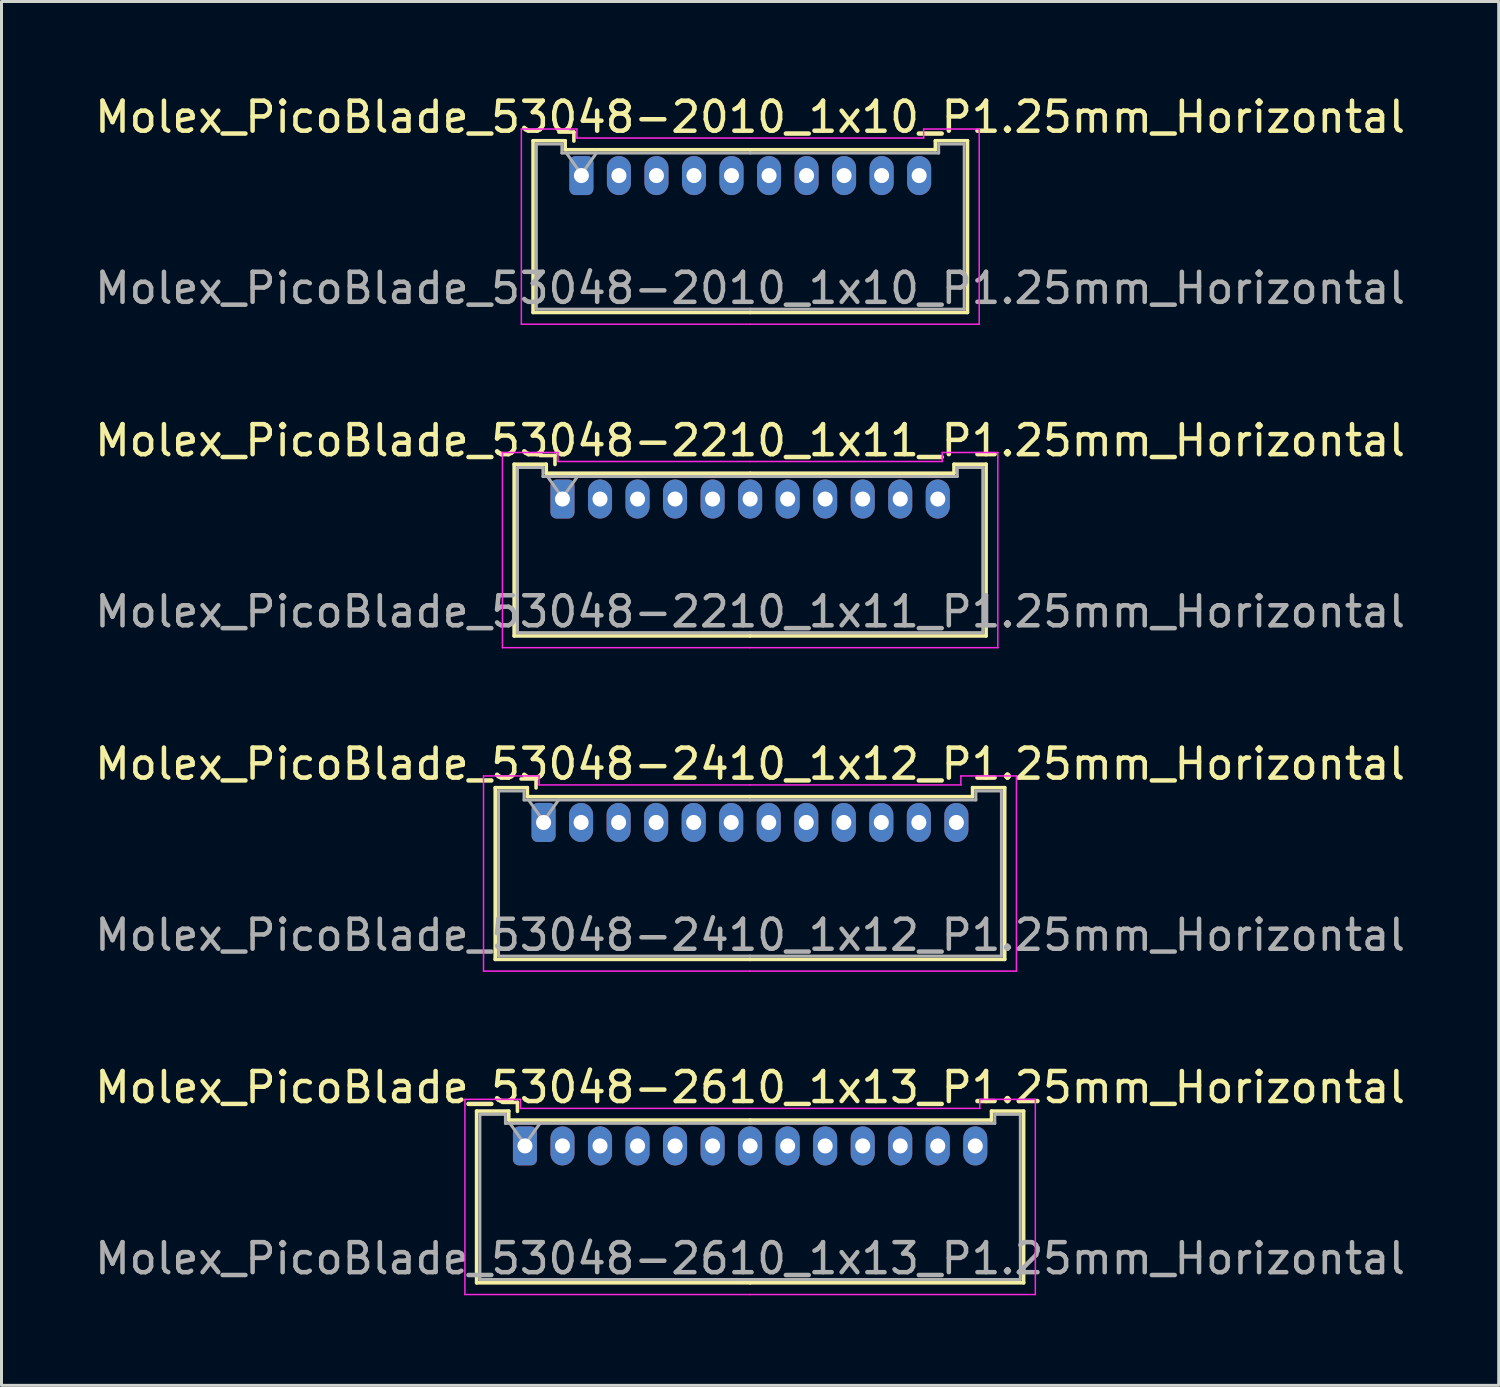
<source format=kicad_pcb>
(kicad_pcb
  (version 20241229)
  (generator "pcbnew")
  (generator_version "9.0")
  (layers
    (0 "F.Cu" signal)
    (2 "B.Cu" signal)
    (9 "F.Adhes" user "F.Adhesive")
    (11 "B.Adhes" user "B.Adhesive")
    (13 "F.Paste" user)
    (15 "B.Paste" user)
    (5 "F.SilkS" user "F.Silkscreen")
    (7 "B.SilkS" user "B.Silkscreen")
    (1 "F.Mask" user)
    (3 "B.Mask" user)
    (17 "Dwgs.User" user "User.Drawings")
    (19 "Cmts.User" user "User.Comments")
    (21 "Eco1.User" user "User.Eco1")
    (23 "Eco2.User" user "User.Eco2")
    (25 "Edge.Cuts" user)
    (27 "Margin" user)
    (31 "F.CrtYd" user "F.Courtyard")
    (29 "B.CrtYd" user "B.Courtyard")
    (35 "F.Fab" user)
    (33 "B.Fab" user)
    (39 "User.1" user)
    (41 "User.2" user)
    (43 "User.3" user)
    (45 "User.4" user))
  (footprint "Molex_PicoBlade_53048-2410_1x12_P1.25mm_Horizontal"
    (layer "F.Cu")
    (at 15.055 24.345)
    (property "Reference" "Molex_PicoBlade_53048-2410_1x12_P1.25mm_Horizontal" (at 6.88 -1.95 0) (layer "F.SilkS") (effects (font (size 1 1) (thickness 0.15))))
    (attr through_hole)
    (fp_line (start -1.61 -1.16) (end -1.61 4.56) (stroke (width 0.12) (type solid)) (layer "F.SilkS"))
    (fp_line (start -1.61 4.56) (end 6.875 4.56) (stroke (width 0.12) (type solid)) (layer "F.SilkS"))
    (fp_line (start -0.54 -1.16) (end -1.61 -1.16) (stroke (width 0.12) (type solid)) (layer "F.SilkS"))
    (fp_line (start -0.54 -0.86) (end -0.54 -1.16) (stroke (width 0.12) (type solid)) (layer "F.SilkS"))
    (fp_line (start -0.25 -1.45) (end -0.75 -1.45) (stroke (width 0.12) (type solid)) (layer "F.SilkS"))
    (fp_line (start -0.25 -1.15) (end -0.25 -1.45) (stroke (width 0.12) (type solid)) (layer "F.SilkS"))
    (fp_line (start 6.875 -0.86) (end -0.54 -0.86) (stroke (width 0.12) (type solid)) (layer "F.SilkS"))
    (fp_line (start 6.875 -0.86) (end 14.29 -0.86) (stroke (width 0.12) (type solid)) (layer "F.SilkS"))
    (fp_line (start 14.29 -1.16) (end 15.36 -1.16) (stroke (width 0.12) (type solid)) (layer "F.SilkS"))
    (fp_line (start 14.29 -0.86) (end 14.29 -1.16) (stroke (width 0.12) (type solid)) (layer "F.SilkS"))
    (fp_line (start 15.36 -1.16) (end 15.36 4.56) (stroke (width 0.12) (type solid)) (layer "F.SilkS"))
    (fp_line (start 15.36 4.56) (end 6.875 4.56) (stroke (width 0.12) (type solid)) (layer "F.SilkS"))
    (fp_line (start -2 -1.55) (end -2 4.95) (stroke (width 0.05) (type solid)) (layer "F.CrtYd"))
    (fp_line (start -2 4.95) (end 6.88 4.95) (stroke (width 0.05) (type solid)) (layer "F.CrtYd"))
    (fp_line (start -0.15 -1.55) (end -2 -1.55) (stroke (width 0.05) (type solid)) (layer "F.CrtYd"))
    (fp_line (start -0.15 -1.25) (end -0.15 -1.55) (stroke (width 0.05) (type solid)) (layer "F.CrtYd"))
    (fp_line (start 6.87 -1.25) (end 13.9 -1.25) (stroke (width 0.05) (type solid)) (layer "F.CrtYd"))
    (fp_line (start 6.88 -1.25) (end -0.15 -1.25) (stroke (width 0.05) (type solid)) (layer "F.CrtYd"))
    (fp_line (start 13.9 -1.55) (end 15.75 -1.55) (stroke (width 0.05) (type solid)) (layer "F.CrtYd"))
    (fp_line (start 13.9 -1.25) (end 13.9 -1.55) (stroke (width 0.05) (type solid)) (layer "F.CrtYd"))
    (fp_line (start 15.75 -1.55) (end 15.75 4.95) (stroke (width 0.05) (type solid)) (layer "F.CrtYd"))
    (fp_line (start 15.75 4.95) (end 6.87 4.95) (stroke (width 0.05) (type solid)) (layer "F.CrtYd"))
    (fp_line (start -1.5 -1.05) (end -1.5 4.45) (stroke (width 0.1) (type solid)) (layer "F.Fab"))
    (fp_line (start -1.5 4.45) (end 6.875 4.45) (stroke (width 0.1) (type solid)) (layer "F.Fab"))
    (fp_line (start -0.65 -1.05) (end -1.5 -1.05) (stroke (width 0.1) (type solid)) (layer "F.Fab"))
    (fp_line (start -0.65 -0.75) (end -0.65 -1.05) (stroke (width 0.1) (type solid)) (layer "F.Fab"))
    (fp_line (start -0.5 -0.75) (end 0 -0.043) (stroke (width 0.1) (type solid)) (layer "F.Fab"))
    (fp_line (start 0 -0.043) (end 0.5 -0.75) (stroke (width 0.1) (type solid)) (layer "F.Fab"))
    (fp_line (start 6.875 -0.75) (end -0.65 -0.75) (stroke (width 0.1) (type solid)) (layer "F.Fab"))
    (fp_line (start 6.875 -0.75) (end 14.4 -0.75) (stroke (width 0.1) (type solid)) (layer "F.Fab"))
    (fp_line (start 14.4 -1.05) (end 15.25 -1.05) (stroke (width 0.1) (type solid)) (layer "F.Fab"))
    (fp_line (start 14.4 -0.75) (end 14.4 -1.05) (stroke (width 0.1) (type solid)) (layer "F.Fab"))
    (fp_line (start 15.25 -1.05) (end 15.25 4.45) (stroke (width 0.1) (type solid)) (layer "F.Fab"))
    (fp_line (start 15.25 4.45) (end 6.875 4.45) (stroke (width 0.1) (type solid)) (layer "F.Fab"))
    (fp_text user "${REFERENCE}" (at 6.88 3.75 0) (layer "F.Fab") (effects (font (size 1 1) (thickness 0.15))))
    (pad "1" thru_hole roundrect (at 0 0) (size 0.8 1.3) (drill 0.5) (layers "*.Cu" "*.Mask") (roundrect_rratio 0.25))
    (pad "2" thru_hole oval (at 1.25 0) (size 0.8 1.3) (drill 0.5) (layers "*.Cu" "*.Mask"))
    (pad "3" thru_hole oval (at 2.5 0) (size 0.8 1.3) (drill 0.5) (layers "*.Cu" "*.Mask"))
    (pad "4" thru_hole oval (at 3.75 0) (size 0.8 1.3) (drill 0.5) (layers "*.Cu" "*.Mask"))
    (pad "5" thru_hole oval (at 5 0) (size 0.8 1.3) (drill 0.5) (layers "*.Cu" "*.Mask"))
    (pad "6" thru_hole oval (at 6.25 0) (size 0.8 1.3) (drill 0.5) (layers "*.Cu" "*.Mask"))
    (pad "7" thru_hole oval (at 7.5 0) (size 0.8 1.3) (drill 0.5) (layers "*.Cu" "*.Mask"))
    (pad "8" thru_hole oval (at 8.75 0) (size 0.8 1.3) (drill 0.5) (layers "*.Cu" "*.Mask"))
    (pad "9" thru_hole oval (at 10 0) (size 0.8 1.3) (drill 0.5) (layers "*.Cu" "*.Mask"))
    (pad "10" thru_hole oval (at 11.25 0) (size 0.8 1.3) (drill 0.5) (layers "*.Cu" "*.Mask"))
    (pad "11" thru_hole oval (at 12.5 0) (size 0.8 1.3) (drill 0.5) (layers "*.Cu" "*.Mask"))
    (pad "12" thru_hole oval (at 13.75 0) (size 0.8 1.3) (drill 0.5) (layers "*.Cu" "*.Mask")))
  (footprint "Molex_PicoBlade_53048-2010_1x10_P1.25mm_Horizontal"
    (layer "F.Cu")
    (at 16.315 2.798)
    (property "Reference" "Molex_PicoBlade_53048-2010_1x10_P1.25mm_Horizontal" (at 5.62 -1.95 0) (layer "F.SilkS") (effects (font (size 1 1) (thickness 0.15))))
    (attr through_hole)
    (fp_line (start -1.61 -1.16) (end -1.61 4.56) (stroke (width 0.12) (type solid)) (layer "F.SilkS"))
    (fp_line (start -1.61 4.56) (end 5.625 4.56) (stroke (width 0.12) (type solid)) (layer "F.SilkS"))
    (fp_line (start -0.54 -1.16) (end -1.61 -1.16) (stroke (width 0.12) (type solid)) (layer "F.SilkS"))
    (fp_line (start -0.54 -0.86) (end -0.54 -1.16) (stroke (width 0.12) (type solid)) (layer "F.SilkS"))
    (fp_line (start -0.25 -1.45) (end -0.75 -1.45) (stroke (width 0.12) (type solid)) (layer "F.SilkS"))
    (fp_line (start -0.25 -1.15) (end -0.25 -1.45) (stroke (width 0.12) (type solid)) (layer "F.SilkS"))
    (fp_line (start 5.625 -0.86) (end -0.54 -0.86) (stroke (width 0.12) (type solid)) (layer "F.SilkS"))
    (fp_line (start 5.625 -0.86) (end 11.79 -0.86) (stroke (width 0.12) (type solid)) (layer "F.SilkS"))
    (fp_line (start 11.79 -1.16) (end 12.86 -1.16) (stroke (width 0.12) (type solid)) (layer "F.SilkS"))
    (fp_line (start 11.79 -0.86) (end 11.79 -1.16) (stroke (width 0.12) (type solid)) (layer "F.SilkS"))
    (fp_line (start 12.86 -1.16) (end 12.86 4.56) (stroke (width 0.12) (type solid)) (layer "F.SilkS"))
    (fp_line (start 12.86 4.56) (end 5.625 4.56) (stroke (width 0.12) (type solid)) (layer "F.SilkS"))
    (fp_line (start -2 -1.55) (end -2 4.95) (stroke (width 0.05) (type solid)) (layer "F.CrtYd"))
    (fp_line (start -2 4.95) (end 5.62 4.95) (stroke (width 0.05) (type solid)) (layer "F.CrtYd"))
    (fp_line (start -0.15 -1.55) (end -2 -1.55) (stroke (width 0.05) (type solid)) (layer "F.CrtYd"))
    (fp_line (start -0.15 -1.25) (end -0.15 -1.55) (stroke (width 0.05) (type solid)) (layer "F.CrtYd"))
    (fp_line (start 5.62 -1.25) (end -0.15 -1.25) (stroke (width 0.05) (type solid)) (layer "F.CrtYd"))
    (fp_line (start 5.63 -1.25) (end 11.4 -1.25) (stroke (width 0.05) (type solid)) (layer "F.CrtYd"))
    (fp_line (start 11.4 -1.55) (end 13.25 -1.55) (stroke (width 0.05) (type solid)) (layer "F.CrtYd"))
    (fp_line (start 11.4 -1.25) (end 11.4 -1.55) (stroke (width 0.05) (type solid)) (layer "F.CrtYd"))
    (fp_line (start 13.25 -1.55) (end 13.25 4.95) (stroke (width 0.05) (type solid)) (layer "F.CrtYd"))
    (fp_line (start 13.25 4.95) (end 5.63 4.95) (stroke (width 0.05) (type solid)) (layer "F.CrtYd"))
    (fp_line (start -1.5 -1.05) (end -1.5 4.45) (stroke (width 0.1) (type solid)) (layer "F.Fab"))
    (fp_line (start -1.5 4.45) (end 5.625 4.45) (stroke (width 0.1) (type solid)) (layer "F.Fab"))
    (fp_line (start -0.65 -1.05) (end -1.5 -1.05) (stroke (width 0.1) (type solid)) (layer "F.Fab"))
    (fp_line (start -0.65 -0.75) (end -0.65 -1.05) (stroke (width 0.1) (type solid)) (layer "F.Fab"))
    (fp_line (start -0.5 -0.75) (end 0 -0.043) (stroke (width 0.1) (type solid)) (layer "F.Fab"))
    (fp_line (start 0 -0.043) (end 0.5 -0.75) (stroke (width 0.1) (type solid)) (layer "F.Fab"))
    (fp_line (start 5.625 -0.75) (end -0.65 -0.75) (stroke (width 0.1) (type solid)) (layer "F.Fab"))
    (fp_line (start 5.625 -0.75) (end 11.9 -0.75) (stroke (width 0.1) (type solid)) (layer "F.Fab"))
    (fp_line (start 11.9 -1.05) (end 12.75 -1.05) (stroke (width 0.1) (type solid)) (layer "F.Fab"))
    (fp_line (start 11.9 -0.75) (end 11.9 -1.05) (stroke (width 0.1) (type solid)) (layer "F.Fab"))
    (fp_line (start 12.75 -1.05) (end 12.75 4.45) (stroke (width 0.1) (type solid)) (layer "F.Fab"))
    (fp_line (start 12.75 4.45) (end 5.625 4.45) (stroke (width 0.1) (type solid)) (layer "F.Fab"))
    (fp_text user "${REFERENCE}" (at 5.62 3.75 0) (layer "F.Fab") (effects (font (size 1 1) (thickness 0.15))))
    (pad "1" thru_hole roundrect (at 0 0) (size 0.8 1.3) (drill 0.5) (layers "*.Cu" "*.Mask") (roundrect_rratio 0.25))
    (pad "2" thru_hole oval (at 1.25 0) (size 0.8 1.3) (drill 0.5) (layers "*.Cu" "*.Mask"))
    (pad "3" thru_hole oval (at 2.5 0) (size 0.8 1.3) (drill 0.5) (layers "*.Cu" "*.Mask"))
    (pad "4" thru_hole oval (at 3.75 0) (size 0.8 1.3) (drill 0.5) (layers "*.Cu" "*.Mask"))
    (pad "5" thru_hole oval (at 5 0) (size 0.8 1.3) (drill 0.5) (layers "*.Cu" "*.Mask"))
    (pad "6" thru_hole oval (at 6.25 0) (size 0.8 1.3) (drill 0.5) (layers "*.Cu" "*.Mask"))
    (pad "7" thru_hole oval (at 7.5 0) (size 0.8 1.3) (drill 0.5) (layers "*.Cu" "*.Mask"))
    (pad "8" thru_hole oval (at 8.75 0) (size 0.8 1.3) (drill 0.5) (layers "*.Cu" "*.Mask"))
    (pad "9" thru_hole oval (at 10 0) (size 0.8 1.3) (drill 0.5) (layers "*.Cu" "*.Mask"))
    (pad "10" thru_hole oval (at 11.25 0) (size 0.8 1.3) (drill 0.5) (layers "*.Cu" "*.Mask")))
  (footprint "Molex_PicoBlade_53048-2210_1x11_P1.25mm_Horizontal"
    (layer "F.Cu")
    (at 15.685 13.572)
    (property "Reference" "Molex_PicoBlade_53048-2210_1x11_P1.25mm_Horizontal" (at 6.25 -1.95 0) (layer "F.SilkS") (effects (font (size 1 1) (thickness 0.15))))
    (attr through_hole)
    (fp_line (start -1.61 -1.16) (end -1.61 4.56) (stroke (width 0.12) (type solid)) (layer "F.SilkS"))
    (fp_line (start -1.61 4.56) (end 6.25 4.56) (stroke (width 0.12) (type solid)) (layer "F.SilkS"))
    (fp_line (start -0.54 -1.16) (end -1.61 -1.16) (stroke (width 0.12) (type solid)) (layer "F.SilkS"))
    (fp_line (start -0.54 -0.86) (end -0.54 -1.16) (stroke (width 0.12) (type solid)) (layer "F.SilkS"))
    (fp_line (start -0.25 -1.45) (end -0.75 -1.45) (stroke (width 0.12) (type solid)) (layer "F.SilkS"))
    (fp_line (start -0.25 -1.15) (end -0.25 -1.45) (stroke (width 0.12) (type solid)) (layer "F.SilkS"))
    (fp_line (start 6.25 -0.86) (end -0.54 -0.86) (stroke (width 0.12) (type solid)) (layer "F.SilkS"))
    (fp_line (start 6.25 -0.86) (end 13.04 -0.86) (stroke (width 0.12) (type solid)) (layer "F.SilkS"))
    (fp_line (start 13.04 -1.16) (end 14.11 -1.16) (stroke (width 0.12) (type solid)) (layer "F.SilkS"))
    (fp_line (start 13.04 -0.86) (end 13.04 -1.16) (stroke (width 0.12) (type solid)) (layer "F.SilkS"))
    (fp_line (start 14.11 -1.16) (end 14.11 4.56) (stroke (width 0.12) (type solid)) (layer "F.SilkS"))
    (fp_line (start 14.11 4.56) (end 6.25 4.56) (stroke (width 0.12) (type solid)) (layer "F.SilkS"))
    (fp_line (start -2 -1.55) (end -2 4.95) (stroke (width 0.05) (type solid)) (layer "F.CrtYd"))
    (fp_line (start -2 4.95) (end 6.25 4.95) (stroke (width 0.05) (type solid)) (layer "F.CrtYd"))
    (fp_line (start -0.15 -1.55) (end -2 -1.55) (stroke (width 0.05) (type solid)) (layer "F.CrtYd"))
    (fp_line (start -0.15 -1.25) (end -0.15 -1.55) (stroke (width 0.05) (type solid)) (layer "F.CrtYd"))
    (fp_line (start 6.25 -1.25) (end -0.15 -1.25) (stroke (width 0.05) (type solid)) (layer "F.CrtYd"))
    (fp_line (start 6.25 -1.25) (end 12.65 -1.25) (stroke (width 0.05) (type solid)) (layer "F.CrtYd"))
    (fp_line (start 12.65 -1.55) (end 14.5 -1.55) (stroke (width 0.05) (type solid)) (layer "F.CrtYd"))
    (fp_line (start 12.65 -1.25) (end 12.65 -1.55) (stroke (width 0.05) (type solid)) (layer "F.CrtYd"))
    (fp_line (start 14.5 -1.55) (end 14.5 4.95) (stroke (width 0.05) (type solid)) (layer "F.CrtYd"))
    (fp_line (start 14.5 4.95) (end 6.25 4.95) (stroke (width 0.05) (type solid)) (layer "F.CrtYd"))
    (fp_line (start -1.5 -1.05) (end -1.5 4.45) (stroke (width 0.1) (type solid)) (layer "F.Fab"))
    (fp_line (start -1.5 4.45) (end 6.25 4.45) (stroke (width 0.1) (type solid)) (layer "F.Fab"))
    (fp_line (start -0.65 -1.05) (end -1.5 -1.05) (stroke (width 0.1) (type solid)) (layer "F.Fab"))
    (fp_line (start -0.65 -0.75) (end -0.65 -1.05) (stroke (width 0.1) (type solid)) (layer "F.Fab"))
    (fp_line (start -0.5 -0.75) (end 0 -0.043) (stroke (width 0.1) (type solid)) (layer "F.Fab"))
    (fp_line (start 0 -0.043) (end 0.5 -0.75) (stroke (width 0.1) (type solid)) (layer "F.Fab"))
    (fp_line (start 6.25 -0.75) (end -0.65 -0.75) (stroke (width 0.1) (type solid)) (layer "F.Fab"))
    (fp_line (start 6.25 -0.75) (end 13.15 -0.75) (stroke (width 0.1) (type solid)) (layer "F.Fab"))
    (fp_line (start 13.15 -1.05) (end 14 -1.05) (stroke (width 0.1) (type solid)) (layer "F.Fab"))
    (fp_line (start 13.15 -0.75) (end 13.15 -1.05) (stroke (width 0.1) (type solid)) (layer "F.Fab"))
    (fp_line (start 14 -1.05) (end 14 4.45) (stroke (width 0.1) (type solid)) (layer "F.Fab"))
    (fp_line (start 14 4.45) (end 6.25 4.45) (stroke (width 0.1) (type solid)) (layer "F.Fab"))
    (fp_text user "${REFERENCE}" (at 6.25 3.75 0) (layer "F.Fab") (effects (font (size 1 1) (thickness 0.15))))
    (pad "1" thru_hole roundrect (at 0 0) (size 0.8 1.3) (drill 0.5) (layers "*.Cu" "*.Mask") (roundrect_rratio 0.25))
    (pad "2" thru_hole oval (at 1.25 0) (size 0.8 1.3) (drill 0.5) (layers "*.Cu" "*.Mask"))
    (pad "3" thru_hole oval (at 2.5 0) (size 0.8 1.3) (drill 0.5) (layers "*.Cu" "*.Mask"))
    (pad "4" thru_hole oval (at 3.75 0) (size 0.8 1.3) (drill 0.5) (layers "*.Cu" "*.Mask"))
    (pad "5" thru_hole oval (at 5 0) (size 0.8 1.3) (drill 0.5) (layers "*.Cu" "*.Mask"))
    (pad "6" thru_hole oval (at 6.25 0) (size 0.8 1.3) (drill 0.5) (layers "*.Cu" "*.Mask"))
    (pad "7" thru_hole oval (at 7.5 0) (size 0.8 1.3) (drill 0.5) (layers "*.Cu" "*.Mask"))
    (pad "8" thru_hole oval (at 8.75 0) (size 0.8 1.3) (drill 0.5) (layers "*.Cu" "*.Mask"))
    (pad "9" thru_hole oval (at 10 0) (size 0.8 1.3) (drill 0.5) (layers "*.Cu" "*.Mask"))
    (pad "10" thru_hole oval (at 11.25 0) (size 0.8 1.3) (drill 0.5) (layers "*.Cu" "*.Mask"))
    (pad "11" thru_hole oval (at 12.5 0) (size 0.8 1.3) (drill 0.5) (layers "*.Cu" "*.Mask")))
  (footprint "Molex_PicoBlade_53048-2610_1x13_P1.25mm_Horizontal"
    (layer "F.Cu")
    (at 14.435 35.118)
    (property "Reference" "Molex_PicoBlade_53048-2610_1x13_P1.25mm_Horizontal" (at 7.5 -1.95 0) (layer "F.SilkS") (effects (font (size 1 1) (thickness 0.15))))
    (attr through_hole)
    (fp_line (start -1.61 -1.16) (end -1.61 4.56) (stroke (width 0.12) (type solid)) (layer "F.SilkS"))
    (fp_line (start -1.61 4.56) (end 7.5 4.56) (stroke (width 0.12) (type solid)) (layer "F.SilkS"))
    (fp_line (start -0.54 -1.16) (end -1.61 -1.16) (stroke (width 0.12) (type solid)) (layer "F.SilkS"))
    (fp_line (start -0.54 -0.86) (end -0.54 -1.16) (stroke (width 0.12) (type solid)) (layer "F.SilkS"))
    (fp_line (start -0.25 -1.45) (end -0.75 -1.45) (stroke (width 0.12) (type solid)) (layer "F.SilkS"))
    (fp_line (start -0.25 -1.15) (end -0.25 -1.45) (stroke (width 0.12) (type solid)) (layer "F.SilkS"))
    (fp_line (start 7.5 -0.86) (end -0.54 -0.86) (stroke (width 0.12) (type solid)) (layer "F.SilkS"))
    (fp_line (start 7.5 -0.86) (end 15.54 -0.86) (stroke (width 0.12) (type solid)) (layer "F.SilkS"))
    (fp_line (start 15.54 -1.16) (end 16.61 -1.16) (stroke (width 0.12) (type solid)) (layer "F.SilkS"))
    (fp_line (start 15.54 -0.86) (end 15.54 -1.16) (stroke (width 0.12) (type solid)) (layer "F.SilkS"))
    (fp_line (start 16.61 -1.16) (end 16.61 4.56) (stroke (width 0.12) (type solid)) (layer "F.SilkS"))
    (fp_line (start 16.61 4.56) (end 7.5 4.56) (stroke (width 0.12) (type solid)) (layer "F.SilkS"))
    (fp_line (start -2 -1.55) (end -2 4.95) (stroke (width 0.05) (type solid)) (layer "F.CrtYd"))
    (fp_line (start -2 4.95) (end 7.5 4.95) (stroke (width 0.05) (type solid)) (layer "F.CrtYd"))
    (fp_line (start -0.15 -1.55) (end -2 -1.55) (stroke (width 0.05) (type solid)) (layer "F.CrtYd"))
    (fp_line (start -0.15 -1.25) (end -0.15 -1.55) (stroke (width 0.05) (type solid)) (layer "F.CrtYd"))
    (fp_line (start 7.5 -1.25) (end -0.15 -1.25) (stroke (width 0.05) (type solid)) (layer "F.CrtYd"))
    (fp_line (start 7.5 -1.25) (end 15.15 -1.25) (stroke (width 0.05) (type solid)) (layer "F.CrtYd"))
    (fp_line (start 15.15 -1.55) (end 17 -1.55) (stroke (width 0.05) (type solid)) (layer "F.CrtYd"))
    (fp_line (start 15.15 -1.25) (end 15.15 -1.55) (stroke (width 0.05) (type solid)) (layer "F.CrtYd"))
    (fp_line (start 17 -1.55) (end 17 4.95) (stroke (width 0.05) (type solid)) (layer "F.CrtYd"))
    (fp_line (start 17 4.95) (end 7.5 4.95) (stroke (width 0.05) (type solid)) (layer "F.CrtYd"))
    (fp_line (start -1.5 -1.05) (end -1.5 4.45) (stroke (width 0.1) (type solid)) (layer "F.Fab"))
    (fp_line (start -1.5 4.45) (end 7.5 4.45) (stroke (width 0.1) (type solid)) (layer "F.Fab"))
    (fp_line (start -0.65 -1.05) (end -1.5 -1.05) (stroke (width 0.1) (type solid)) (layer "F.Fab"))
    (fp_line (start -0.65 -0.75) (end -0.65 -1.05) (stroke (width 0.1) (type solid)) (layer "F.Fab"))
    (fp_line (start -0.5 -0.75) (end 0 -0.043) (stroke (width 0.1) (type solid)) (layer "F.Fab"))
    (fp_line (start 0 -0.043) (end 0.5 -0.75) (stroke (width 0.1) (type solid)) (layer "F.Fab"))
    (fp_line (start 7.5 -0.75) (end -0.65 -0.75) (stroke (width 0.1) (type solid)) (layer "F.Fab"))
    (fp_line (start 7.5 -0.75) (end 15.65 -0.75) (stroke (width 0.1) (type solid)) (layer "F.Fab"))
    (fp_line (start 15.65 -1.05) (end 16.5 -1.05) (stroke (width 0.1) (type solid)) (layer "F.Fab"))
    (fp_line (start 15.65 -0.75) (end 15.65 -1.05) (stroke (width 0.1) (type solid)) (layer "F.Fab"))
    (fp_line (start 16.5 -1.05) (end 16.5 4.45) (stroke (width 0.1) (type solid)) (layer "F.Fab"))
    (fp_line (start 16.5 4.45) (end 7.5 4.45) (stroke (width 0.1) (type solid)) (layer "F.Fab"))
    (fp_text user "${REFERENCE}" (at 7.5 3.75 0) (layer "F.Fab") (effects (font (size 1 1) (thickness 0.15))))
    (pad "1" thru_hole roundrect (at 0 0) (size 0.8 1.3) (drill 0.5) (layers "*.Cu" "*.Mask") (roundrect_rratio 0.25))
    (pad "2" thru_hole oval (at 1.25 0) (size 0.8 1.3) (drill 0.5) (layers "*.Cu" "*.Mask"))
    (pad "3" thru_hole oval (at 2.5 0) (size 0.8 1.3) (drill 0.5) (layers "*.Cu" "*.Mask"))
    (pad "4" thru_hole oval (at 3.75 0) (size 0.8 1.3) (drill 0.5) (layers "*.Cu" "*.Mask"))
    (pad "5" thru_hole oval (at 5 0) (size 0.8 1.3) (drill 0.5) (layers "*.Cu" "*.Mask"))
    (pad "6" thru_hole oval (at 6.25 0) (size 0.8 1.3) (drill 0.5) (layers "*.Cu" "*.Mask"))
    (pad "7" thru_hole oval (at 7.5 0) (size 0.8 1.3) (drill 0.5) (layers "*.Cu" "*.Mask"))
    (pad "8" thru_hole oval (at 8.75 0) (size 0.8 1.3) (drill 0.5) (layers "*.Cu" "*.Mask"))
    (pad "9" thru_hole oval (at 10 0) (size 0.8 1.3) (drill 0.5) (layers "*.Cu" "*.Mask"))
    (pad "10" thru_hole oval (at 11.25 0) (size 0.8 1.3) (drill 0.5) (layers "*.Cu" "*.Mask"))
    (pad "11" thru_hole oval (at 12.5 0) (size 0.8 1.3) (drill 0.5) (layers "*.Cu" "*.Mask"))
    (pad "12" thru_hole oval (at 13.75 0) (size 0.8 1.3) (drill 0.5) (layers "*.Cu" "*.Mask"))
    (pad "13" thru_hole oval (at 15 0) (size 0.8 1.3) (drill 0.5) (layers "*.Cu" "*.Mask")))
  (gr_rect
    (start -3 -3)
    (end 46.869 43.093)
    (stroke (width 0.1) (type default))
    (fill no)
    (layer "Edge.Cuts")))
</source>
